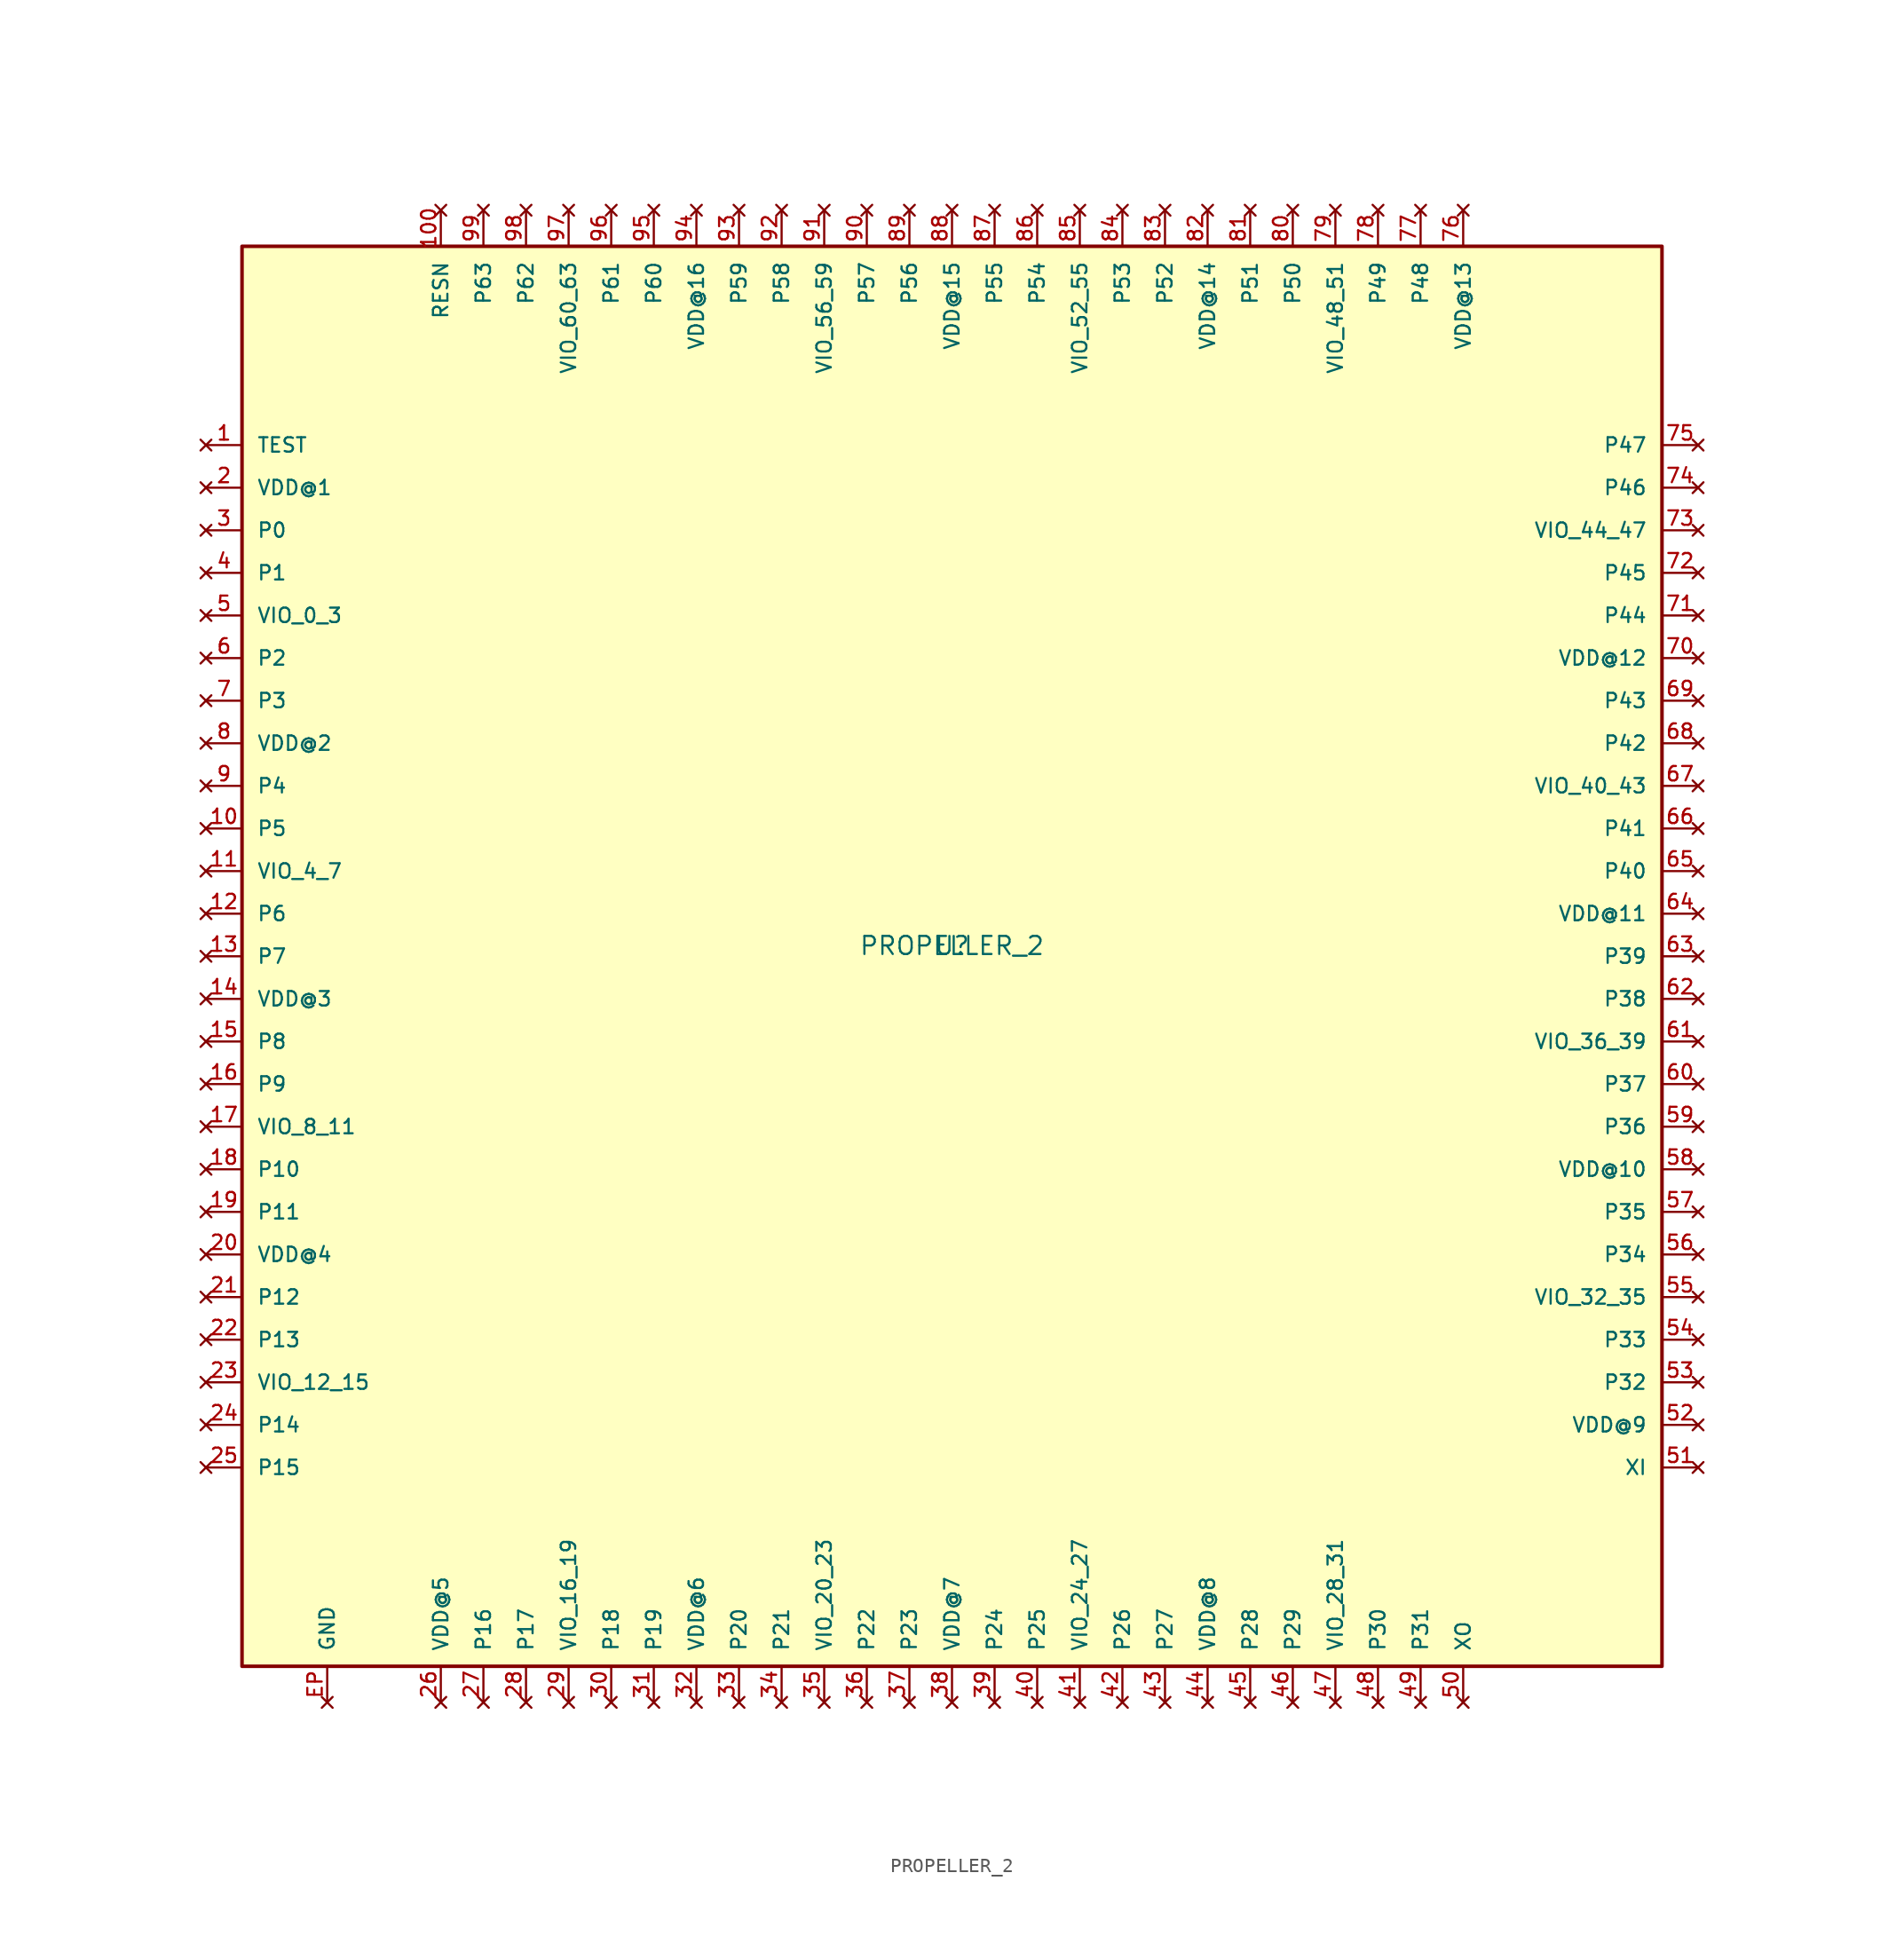
<source format=kicad_sym>
(kicad_symbol_lib
  (version 20211014)
  (generator kicad_symbol_editor)
  (symbol "PROPELLER_2"
    (pin_names
      (offset 1.016))
    (property "Reference" "U"
      (at 0 0 0)
      (effects (font (size 1.27 1.27)) (justify bottom)))
    (property "Value" "PROPELLER_2"
      (at 0 0.0 0)
      (effects (font (size 1.27 1.27)) (justify bottom)))
    (symbol "PROPELLER_2_0_0"
      (rectangle (start -50.0 -50.0) (end 50.0 50.0) (stroke (width 0.25)) (fill (type background)))
      (pin no_connect line (at -52.54 36.0 0) (length 2.54) (name "TEST" (effects (font (size 1.016 1.016)))) (number "1" (effects (font (size 1.016 1.016)))))
      (pin no_connect line (at -52.54 33.0 0) (length 2.54) (name "VDD@1" (effects (font (size 1.016 1.016)))) (number "2" (effects (font (size 1.016 1.016)))))
      (pin no_connect line (at -52.54 30.0 0) (length 2.54) (name "P0" (effects (font (size 1.016 1.016)))) (number "3" (effects (font (size 1.016 1.016)))))
      (pin no_connect line (at -52.54 27.0 0) (length 2.54) (name "P1" (effects (font (size 1.016 1.016)))) (number "4" (effects (font (size 1.016 1.016)))))
      (pin no_connect line (at -52.54 24.0 0) (length 2.54) (name "VIO_0_3" (effects (font (size 1.016 1.016)))) (number "5" (effects (font (size 1.016 1.016)))))
      (pin no_connect line (at -52.54 21.0 0) (length 2.54) (name "P2" (effects (font (size 1.016 1.016)))) (number "6" (effects (font (size 1.016 1.016)))))
      (pin no_connect line (at -52.54 18.0 0) (length 2.54) (name "P3" (effects (font (size 1.016 1.016)))) (number "7" (effects (font (size 1.016 1.016)))))
      (pin no_connect line (at -52.54 15.0 0) (length 2.54) (name "VDD@2" (effects (font (size 1.016 1.016)))) (number "8" (effects (font (size 1.016 1.016)))))
      (pin no_connect line (at -52.54 12.0 0) (length 2.54) (name "P4" (effects (font (size 1.016 1.016)))) (number "9" (effects (font (size 1.016 1.016)))))
      (pin no_connect line (at -52.54 9.0 0) (length 2.54) (name "P5" (effects (font (size 1.016 1.016)))) (number "10" (effects (font (size 1.016 1.016)))))
      (pin no_connect line (at -52.54 6.0 0) (length 2.54) (name "VIO_4_7" (effects (font (size 1.016 1.016)))) (number "11" (effects (font (size 1.016 1.016)))))
      (pin no_connect line (at -52.54 3.0 0) (length 2.54) (name "P6" (effects (font (size 1.016 1.016)))) (number "12" (effects (font (size 1.016 1.016)))))
      (pin no_connect line (at -52.54 0.0 0) (length 2.54) (name "P7" (effects (font (size 1.016 1.016)))) (number "13" (effects (font (size 1.016 1.016)))))
      (pin no_connect line (at -52.54 -3.0 0) (length 2.54) (name "VDD@3" (effects (font (size 1.016 1.016)))) (number "14" (effects (font (size 1.016 1.016)))))
      (pin no_connect line (at -52.54 -6.0 0) (length 2.54) (name "P8" (effects (font (size 1.016 1.016)))) (number "15" (effects (font (size 1.016 1.016)))))
      (pin no_connect line (at -52.54 -9.0 0) (length 2.54) (name "P9" (effects (font (size 1.016 1.016)))) (number "16" (effects (font (size 1.016 1.016)))))
      (pin no_connect line (at -52.54 -12.0 0) (length 2.54) (name "VIO_8_11" (effects (font (size 1.016 1.016)))) (number "17" (effects (font (size 1.016 1.016)))))
      (pin no_connect line (at -52.54 -15.0 0) (length 2.54) (name "P10" (effects (font (size 1.016 1.016)))) (number "18" (effects (font (size 1.016 1.016)))))
      (pin no_connect line (at -52.54 -18.0 0) (length 2.54) (name "P11" (effects (font (size 1.016 1.016)))) (number "19" (effects (font (size 1.016 1.016)))))
      (pin no_connect line (at -52.54 -21.0 0) (length 2.54) (name "VDD@4" (effects (font (size 1.016 1.016)))) (number "20" (effects (font (size 1.016 1.016)))))
      (pin no_connect line (at -52.54 -24.0 0) (length 2.54) (name "P12" (effects (font (size 1.016 1.016)))) (number "21" (effects (font (size 1.016 1.016)))))
      (pin no_connect line (at -52.54 -27.0 0) (length 2.54) (name "P13" (effects (font (size 1.016 1.016)))) (number "22" (effects (font (size 1.016 1.016)))))
      (pin no_connect line (at -52.54 -30.0 0) (length 2.54) (name "VIO_12_15" (effects (font (size 1.016 1.016)))) (number "23" (effects (font (size 1.016 1.016)))))
      (pin no_connect line (at -52.54 -33.0 0) (length 2.54) (name "P14" (effects (font (size 1.016 1.016)))) (number "24" (effects (font (size 1.016 1.016)))))
      (pin no_connect line (at -52.54 -36.0 0) (length 2.54) (name "P15" (effects (font (size 1.016 1.016)))) (number "25" (effects (font (size 1.016 1.016)))))
      (pin no_connect line (at -36.0 -52.54 90.0) (length 2.54) (name "VDD@5" (effects (font (size 1.016 1.016)))) (number "26" (effects (font (size 1.016 1.016)))))
      (pin no_connect line (at -33.0 -52.54 90.0) (length 2.54) (name "P16" (effects (font (size 1.016 1.016)))) (number "27" (effects (font (size 1.016 1.016)))))
      (pin no_connect line (at -30.0 -52.54 90.0) (length 2.54) (name "P17" (effects (font (size 1.016 1.016)))) (number "28" (effects (font (size 1.016 1.016)))))
      (pin no_connect line (at -27.0 -52.54 90.0) (length 2.54) (name "VIO_16_19" (effects (font (size 1.016 1.016)))) (number "29" (effects (font (size 1.016 1.016)))))
      (pin no_connect line (at -24.0 -52.54 90.0) (length 2.54) (name "P18" (effects (font (size 1.016 1.016)))) (number "30" (effects (font (size 1.016 1.016)))))
      (pin no_connect line (at -21.0 -52.54 90.0) (length 2.54) (name "P19" (effects (font (size 1.016 1.016)))) (number "31" (effects (font (size 1.016 1.016)))))
      (pin no_connect line (at -18.0 -52.54 90.0) (length 2.54) (name "VDD@6" (effects (font (size 1.016 1.016)))) (number "32" (effects (font (size 1.016 1.016)))))
      (pin no_connect line (at -15.0 -52.54 90.0) (length 2.54) (name "P20" (effects (font (size 1.016 1.016)))) (number "33" (effects (font (size 1.016 1.016)))))
      (pin no_connect line (at -12.0 -52.54 90.0) (length 2.54) (name "P21" (effects (font (size 1.016 1.016)))) (number "34" (effects (font (size 1.016 1.016)))))
      (pin no_connect line (at -9.0 -52.54 90.0) (length 2.54) (name "VIO_20_23" (effects (font (size 1.016 1.016)))) (number "35" (effects (font (size 1.016 1.016)))))
      (pin no_connect line (at -6.0 -52.54 90.0) (length 2.54) (name "P22" (effects (font (size 1.016 1.016)))) (number "36" (effects (font (size 1.016 1.016)))))
      (pin no_connect line (at -3.0 -52.54 90.0) (length 2.54) (name "P23" (effects (font (size 1.016 1.016)))) (number "37" (effects (font (size 1.016 1.016)))))
      (pin no_connect line (at 0.0 -52.54 90.0) (length 2.54) (name "VDD@7" (effects (font (size 1.016 1.016)))) (number "38" (effects (font (size 1.016 1.016)))))
      (pin no_connect line (at 3.0 -52.54 90.0) (length 2.54) (name "P24" (effects (font (size 1.016 1.016)))) (number "39" (effects (font (size 1.016 1.016)))))
      (pin no_connect line (at 6.0 -52.54 90.0) (length 2.54) (name "P25" (effects (font (size 1.016 1.016)))) (number "40" (effects (font (size 1.016 1.016)))))
      (pin no_connect line (at 9.0 -52.54 90.0) (length 2.54) (name "VIO_24_27" (effects (font (size 1.016 1.016)))) (number "41" (effects (font (size 1.016 1.016)))))
      (pin no_connect line (at 12.0 -52.54 90.0) (length 2.54) (name "P26" (effects (font (size 1.016 1.016)))) (number "42" (effects (font (size 1.016 1.016)))))
      (pin no_connect line (at 15.0 -52.54 90.0) (length 2.54) (name "P27" (effects (font (size 1.016 1.016)))) (number "43" (effects (font (size 1.016 1.016)))))
      (pin no_connect line (at 18.0 -52.54 90.0) (length 2.54) (name "VDD@8" (effects (font (size 1.016 1.016)))) (number "44" (effects (font (size 1.016 1.016)))))
      (pin no_connect line (at 21.0 -52.54 90.0) (length 2.54) (name "P28" (effects (font (size 1.016 1.016)))) (number "45" (effects (font (size 1.016 1.016)))))
      (pin no_connect line (at 24.0 -52.54 90.0) (length 2.54) (name "P29" (effects (font (size 1.016 1.016)))) (number "46" (effects (font (size 1.016 1.016)))))
      (pin no_connect line (at 27.0 -52.54 90.0) (length 2.54) (name "VIO_28_31" (effects (font (size 1.016 1.016)))) (number "47" (effects (font (size 1.016 1.016)))))
      (pin no_connect line (at 30.0 -52.54 90.0) (length 2.54) (name "P30" (effects (font (size 1.016 1.016)))) (number "48" (effects (font (size 1.016 1.016)))))
      (pin no_connect line (at 33.0 -52.54 90.0) (length 2.54) (name "P31" (effects (font (size 1.016 1.016)))) (number "49" (effects (font (size 1.016 1.016)))))
      (pin no_connect line (at 36.0 -52.54 90.0) (length 2.54) (name "XO" (effects (font (size 1.016 1.016)))) (number "50" (effects (font (size 1.016 1.016)))))
      (pin no_connect line (at 52.54 -36.0 180.0) (length 2.54) (name "XI" (effects (font (size 1.016 1.016)))) (number "51" (effects (font (size 1.016 1.016)))))
      (pin no_connect line (at 52.54 -33.0 180.0) (length 2.54) (name "VDD@9" (effects (font (size 1.016 1.016)))) (number "52" (effects (font (size 1.016 1.016)))))
      (pin no_connect line (at 52.54 -30.0 180.0) (length 2.54) (name "P32" (effects (font (size 1.016 1.016)))) (number "53" (effects (font (size 1.016 1.016)))))
      (pin no_connect line (at 52.54 -27.0 180.0) (length 2.54) (name "P33" (effects (font (size 1.016 1.016)))) (number "54" (effects (font (size 1.016 1.016)))))
      (pin no_connect line (at 52.54 -24.0 180.0) (length 2.54) (name "VIO_32_35" (effects (font (size 1.016 1.016)))) (number "55" (effects (font (size 1.016 1.016)))))
      (pin no_connect line (at 52.54 -21.0 180.0) (length 2.54) (name "P34" (effects (font (size 1.016 1.016)))) (number "56" (effects (font (size 1.016 1.016)))))
      (pin no_connect line (at 52.54 -18.0 180.0) (length 2.54) (name "P35" (effects (font (size 1.016 1.016)))) (number "57" (effects (font (size 1.016 1.016)))))
      (pin no_connect line (at 52.54 -15.0 180.0) (length 2.54) (name "VDD@10" (effects (font (size 1.016 1.016)))) (number "58" (effects (font (size 1.016 1.016)))))
      (pin no_connect line (at 52.54 -12.0 180.0) (length 2.54) (name "P36" (effects (font (size 1.016 1.016)))) (number "59" (effects (font (size 1.016 1.016)))))
      (pin no_connect line (at 52.54 -9.0 180.0) (length 2.54) (name "P37" (effects (font (size 1.016 1.016)))) (number "60" (effects (font (size 1.016 1.016)))))
      (pin no_connect line (at 52.54 -6.0 180.0) (length 2.54) (name "VIO_36_39" (effects (font (size 1.016 1.016)))) (number "61" (effects (font (size 1.016 1.016)))))
      (pin no_connect line (at 52.54 -3.0 180.0) (length 2.54) (name "P38" (effects (font (size 1.016 1.016)))) (number "62" (effects (font (size 1.016 1.016)))))
      (pin no_connect line (at 52.54 0.0 180.0) (length 2.54) (name "P39" (effects (font (size 1.016 1.016)))) (number "63" (effects (font (size 1.016 1.016)))))
      (pin no_connect line (at 52.54 3.0 180.0) (length 2.54) (name "VDD@11" (effects (font (size 1.016 1.016)))) (number "64" (effects (font (size 1.016 1.016)))))
      (pin no_connect line (at 52.54 6.0 180.0) (length 2.54) (name "P40" (effects (font (size 1.016 1.016)))) (number "65" (effects (font (size 1.016 1.016)))))
      (pin no_connect line (at 52.54 9.0 180.0) (length 2.54) (name "P41" (effects (font (size 1.016 1.016)))) (number "66" (effects (font (size 1.016 1.016)))))
      (pin no_connect line (at 52.54 12.0 180.0) (length 2.54) (name "VIO_40_43" (effects (font (size 1.016 1.016)))) (number "67" (effects (font (size 1.016 1.016)))))
      (pin no_connect line (at 52.54 15.0 180.0) (length 2.54) (name "P42" (effects (font (size 1.016 1.016)))) (number "68" (effects (font (size 1.016 1.016)))))
      (pin no_connect line (at 52.54 18.0 180.0) (length 2.54) (name "P43" (effects (font (size 1.016 1.016)))) (number "69" (effects (font (size 1.016 1.016)))))
      (pin no_connect line (at 52.54 21.0 180.0) (length 2.54) (name "VDD@12" (effects (font (size 1.016 1.016)))) (number "70" (effects (font (size 1.016 1.016)))))
      (pin no_connect line (at 52.54 24.0 180.0) (length 2.54) (name "P44" (effects (font (size 1.016 1.016)))) (number "71" (effects (font (size 1.016 1.016)))))
      (pin no_connect line (at 52.54 27.0 180.0) (length 2.54) (name "P45" (effects (font (size 1.016 1.016)))) (number "72" (effects (font (size 1.016 1.016)))))
      (pin no_connect line (at 52.54 30.0 180.0) (length 2.54) (name "VIO_44_47" (effects (font (size 1.016 1.016)))) (number "73" (effects (font (size 1.016 1.016)))))
      (pin no_connect line (at 52.54 33.0 180.0) (length 2.54) (name "P46" (effects (font (size 1.016 1.016)))) (number "74" (effects (font (size 1.016 1.016)))))
      (pin no_connect line (at 52.54 36.0 180.0) (length 2.54) (name "P47" (effects (font (size 1.016 1.016)))) (number "75" (effects (font (size 1.016 1.016)))))
      (pin no_connect line (at 36.0 52.54 270.0) (length 2.54) (name "VDD@13" (effects (font (size 1.016 1.016)))) (number "76" (effects (font (size 1.016 1.016)))))
      (pin no_connect line (at 33.0 52.54 270.0) (length 2.54) (name "P48" (effects (font (size 1.016 1.016)))) (number "77" (effects (font (size 1.016 1.016)))))
      (pin no_connect line (at 30.0 52.54 270.0) (length 2.54) (name "P49" (effects (font (size 1.016 1.016)))) (number "78" (effects (font (size 1.016 1.016)))))
      (pin no_connect line (at 27.0 52.54 270.0) (length 2.54) (name "VIO_48_51" (effects (font (size 1.016 1.016)))) (number "79" (effects (font (size 1.016 1.016)))))
      (pin no_connect line (at 24.0 52.54 270.0) (length 2.54) (name "P50" (effects (font (size 1.016 1.016)))) (number "80" (effects (font (size 1.016 1.016)))))
      (pin no_connect line (at 21.0 52.54 270.0) (length 2.54) (name "P51" (effects (font (size 1.016 1.016)))) (number "81" (effects (font (size 1.016 1.016)))))
      (pin no_connect line (at 18.0 52.54 270.0) (length 2.54) (name "VDD@14" (effects (font (size 1.016 1.016)))) (number "82" (effects (font (size 1.016 1.016)))))
      (pin no_connect line (at 15.0 52.54 270.0) (length 2.54) (name "P52" (effects (font (size 1.016 1.016)))) (number "83" (effects (font (size 1.016 1.016)))))
      (pin no_connect line (at 12.0 52.54 270.0) (length 2.54) (name "P53" (effects (font (size 1.016 1.016)))) (number "84" (effects (font (size 1.016 1.016)))))
      (pin no_connect line (at 9.0 52.54 270.0) (length 2.54) (name "VIO_52_55" (effects (font (size 1.016 1.016)))) (number "85" (effects (font (size 1.016 1.016)))))
      (pin no_connect line (at 6.0 52.54 270.0) (length 2.54) (name "P54" (effects (font (size 1.016 1.016)))) (number "86" (effects (font (size 1.016 1.016)))))
      (pin no_connect line (at 3.0 52.54 270.0) (length 2.54) (name "P55" (effects (font (size 1.016 1.016)))) (number "87" (effects (font (size 1.016 1.016)))))
      (pin no_connect line (at 0.0 52.54 270.0) (length 2.54) (name "VDD@15" (effects (font (size 1.016 1.016)))) (number "88" (effects (font (size 1.016 1.016)))))
      (pin no_connect line (at -3.0 52.54 270.0) (length 2.54) (name "P56" (effects (font (size 1.016 1.016)))) (number "89" (effects (font (size 1.016 1.016)))))
      (pin no_connect line (at -6.0 52.54 270.0) (length 2.54) (name "P57" (effects (font (size 1.016 1.016)))) (number "90" (effects (font (size 1.016 1.016)))))
      (pin no_connect line (at -9.0 52.54 270.0) (length 2.54) (name "VIO_56_59" (effects (font (size 1.016 1.016)))) (number "91" (effects (font (size 1.016 1.016)))))
      (pin no_connect line (at -12.0 52.54 270.0) (length 2.54) (name "P58" (effects (font (size 1.016 1.016)))) (number "92" (effects (font (size 1.016 1.016)))))
      (pin no_connect line (at -15.0 52.54 270.0) (length 2.54) (name "P59" (effects (font (size 1.016 1.016)))) (number "93" (effects (font (size 1.016 1.016)))))
      (pin no_connect line (at -18.0 52.54 270.0) (length 2.54) (name "VDD@16" (effects (font (size 1.016 1.016)))) (number "94" (effects (font (size 1.016 1.016)))))
      (pin no_connect line (at -21.0 52.54 270.0) (length 2.54) (name "P60" (effects (font (size 1.016 1.016)))) (number "95" (effects (font (size 1.016 1.016)))))
      (pin no_connect line (at -24.0 52.54 270.0) (length 2.54) (name "P61" (effects (font (size 1.016 1.016)))) (number "96" (effects (font (size 1.016 1.016)))))
      (pin no_connect line (at -27.0 52.54 270.0) (length 2.54) (name "VIO_60_63" (effects (font (size 1.016 1.016)))) (number "97" (effects (font (size 1.016 1.016)))))
      (pin no_connect line (at -30.0 52.54 270.0) (length 2.54) (name "P62" (effects (font (size 1.016 1.016)))) (number "98" (effects (font (size 1.016 1.016)))))
      (pin no_connect line (at -33.0 52.54 270.0) (length 2.54) (name "P63" (effects (font (size 1.016 1.016)))) (number "99" (effects (font (size 1.016 1.016)))))
      (pin no_connect line (at -36.0 52.54 270.0) (length 2.54) (name "RESN" (effects (font (size 1.016 1.016)))) (number "100" (effects (font (size 1.016 1.016)))))
      (pin no_connect line (at -44.0 -52.54 90.0) (length 2.54) (name "GND" (effects (font (size 1.016 1.016)))) (number "EP" (effects (font (size 1.016 1.016))))))))
</source>
